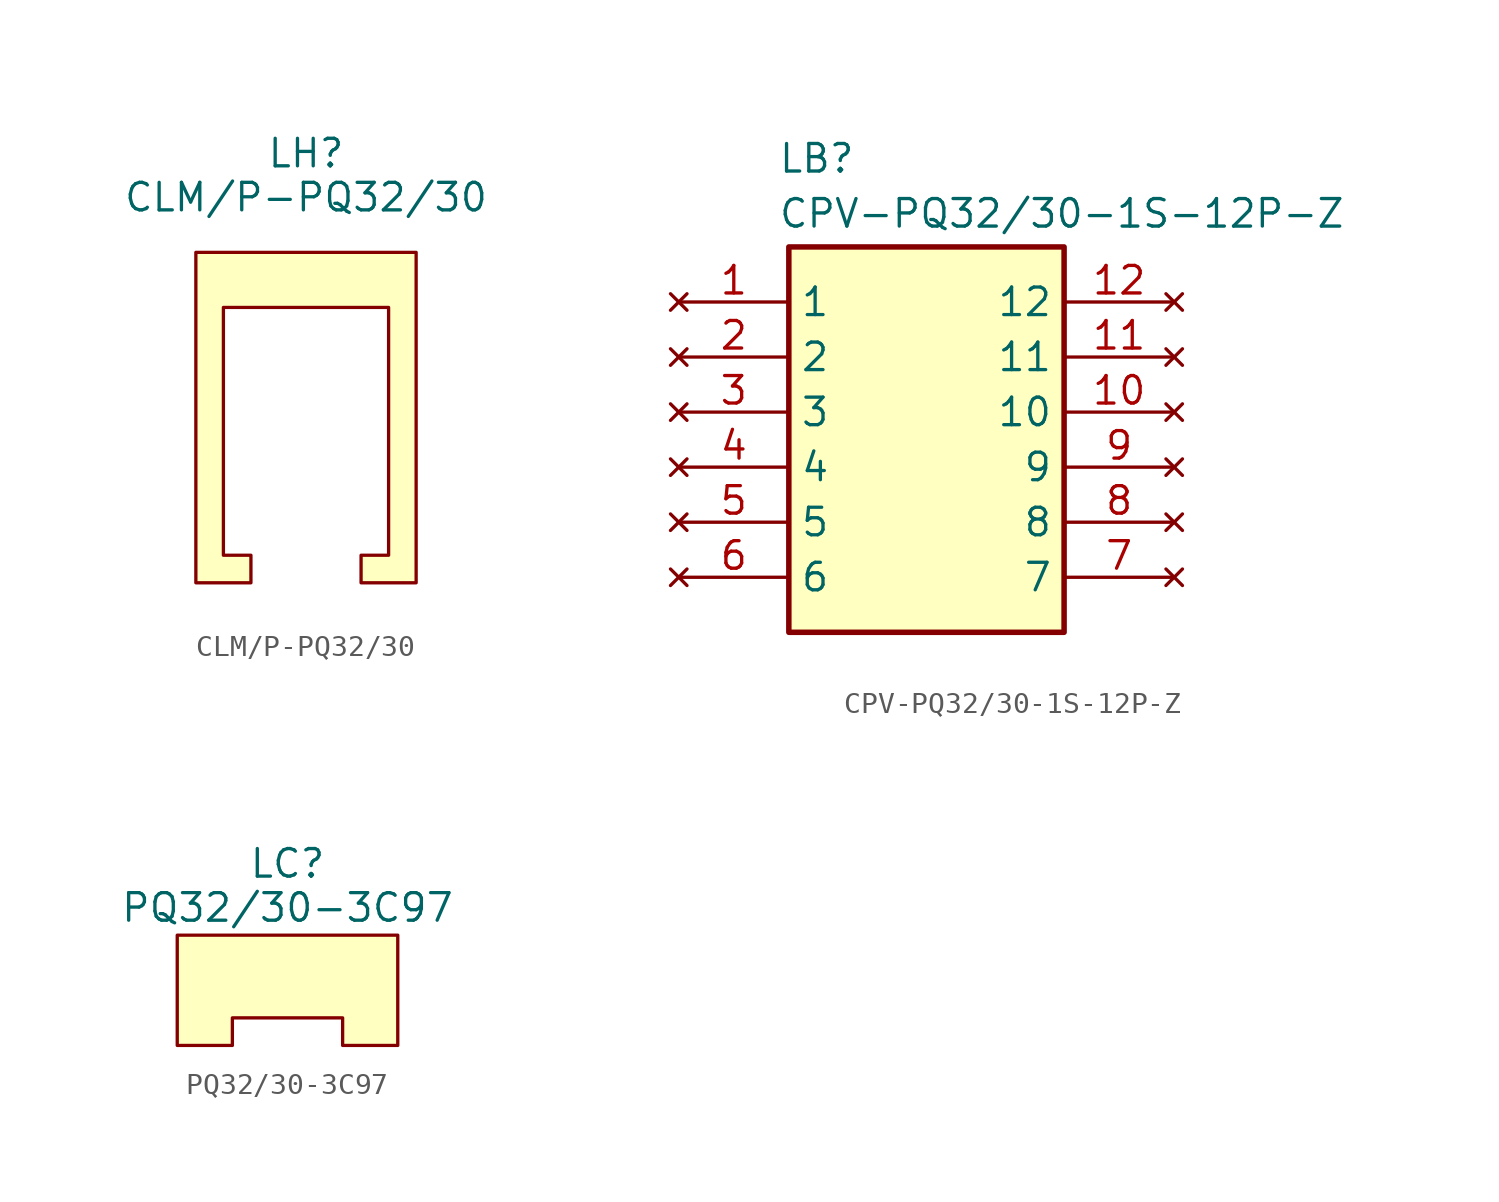
<source format=kicad_sym>
(kicad_symbol_lib
  (version 20231120)
  (generator "kicad_symbol_editor")
  (generator_version "8.0")
  (symbol "CLM/P-PQ32/30"
    (property "Reference" "LH"
      (at 0 2.032 0)
      (effects (font (size 1.27 1.27))))
    (property "Value" "CLM/P-PQ32/30"
      (at 0 0 0)
      (effects (font (size 1.27 1.27))))
    (symbol "CLM/P-PQ32/30_1_1"
      (polyline (pts (xy -5.08 -2.54) (xy 5.08 -2.54) (xy 5.08 -17.78) (xy 2.54 -17.78) (xy 2.54 -16.51) (xy 3.81 -16.51) (xy 3.81 -5.08) (xy -3.81 -5.08) (xy -3.81 -16.51) (xy -2.54 -16.51) (xy -2.54 -17.78) (xy -5.08 -17.78) (xy -5.08 -2.54)) (stroke (width 0) (type default)) (fill (type background)))))
  (symbol "CPV-PQ32/30-1S-12P-Z"
    (property "Reference" "LB"
      (at 4.572 7.366 0)
      (effects (font (size 1.27 1.27)) (justify left top)))
    (property "Value" "CPV-PQ32/30-1S-12P-Z"
      (at 4.572 4.826 0)
      (effects (font (size 1.27 1.27)) (justify left top)))
    (symbol "CPV-PQ32/30-1S-12P-Z_1_1"
      (rectangle (start 5.08 2.54) (end 17.78 -15.24) (stroke (width 0.254) (type default)) (fill (type background)))
      (pin no_connect line (at 0 0 0) (length 5.08) (name "1" (effects (font (size 1.27 1.27)))) (number "1" (effects (font (size 1.27 1.27)))))
      (pin no_connect line (at 22.86 -5.08 180) (length 5.08) (name "10" (effects (font (size 1.27 1.27)))) (number "10" (effects (font (size 1.27 1.27)))))
      (pin no_connect line (at 22.86 -2.54 180) (length 5.08) (name "11" (effects (font (size 1.27 1.27)))) (number "11" (effects (font (size 1.27 1.27)))))
      (pin no_connect line (at 22.86 0 180) (length 5.08) (name "12" (effects (font (size 1.27 1.27)))) (number "12" (effects (font (size 1.27 1.27)))))
      (pin no_connect line (at 0 -2.54 0) (length 5.08) (name "2" (effects (font (size 1.27 1.27)))) (number "2" (effects (font (size 1.27 1.27)))))
      (pin no_connect line (at 0 -5.08 0) (length 5.08) (name "3" (effects (font (size 1.27 1.27)))) (number "3" (effects (font (size 1.27 1.27)))))
      (pin no_connect line (at 0 -7.62 0) (length 5.08) (name "4" (effects (font (size 1.27 1.27)))) (number "4" (effects (font (size 1.27 1.27)))))
      (pin no_connect line (at 0 -10.16 0) (length 5.08) (name "5" (effects (font (size 1.27 1.27)))) (number "5" (effects (font (size 1.27 1.27)))))
      (pin no_connect line (at 0 -12.7 0) (length 5.08) (name "6" (effects (font (size 1.27 1.27)))) (number "6" (effects (font (size 1.27 1.27)))))
      (pin no_connect line (at 22.86 -12.7 180) (length 5.08) (name "7" (effects (font (size 1.27 1.27)))) (number "7" (effects (font (size 1.27 1.27)))))
      (pin no_connect line (at 22.86 -10.16 180) (length 5.08) (name "8" (effects (font (size 1.27 1.27)))) (number "8" (effects (font (size 1.27 1.27)))))
      (pin no_connect line (at 22.86 -7.62 180) (length 5.08) (name "9" (effects (font (size 1.27 1.27)))) (number "9" (effects (font (size 1.27 1.27)))))))
  (symbol "PQ32/30-3C97"
    (property "Reference" "LC"
      (at 0 2.032 0)
      (effects (font (size 1.27 1.27))))
    (property "Value" "PQ32/30-3C97 "
      (at 0 0 0)
      (effects (font (size 1.27 1.27))))
    (symbol "PQ32/30-3C97_0_1"
      (polyline (pts (xy -5.08 -1.27) (xy 5.08 -1.27) (xy 5.08 -6.35) (xy 2.54 -6.35) (xy 2.54 -5.08) (xy -2.54 -5.08) (xy -2.54 -6.35) (xy -5.08 -6.35) (xy -5.08 -1.27)) (stroke (width 0) (type default)) (fill (type background))))))
</source>
